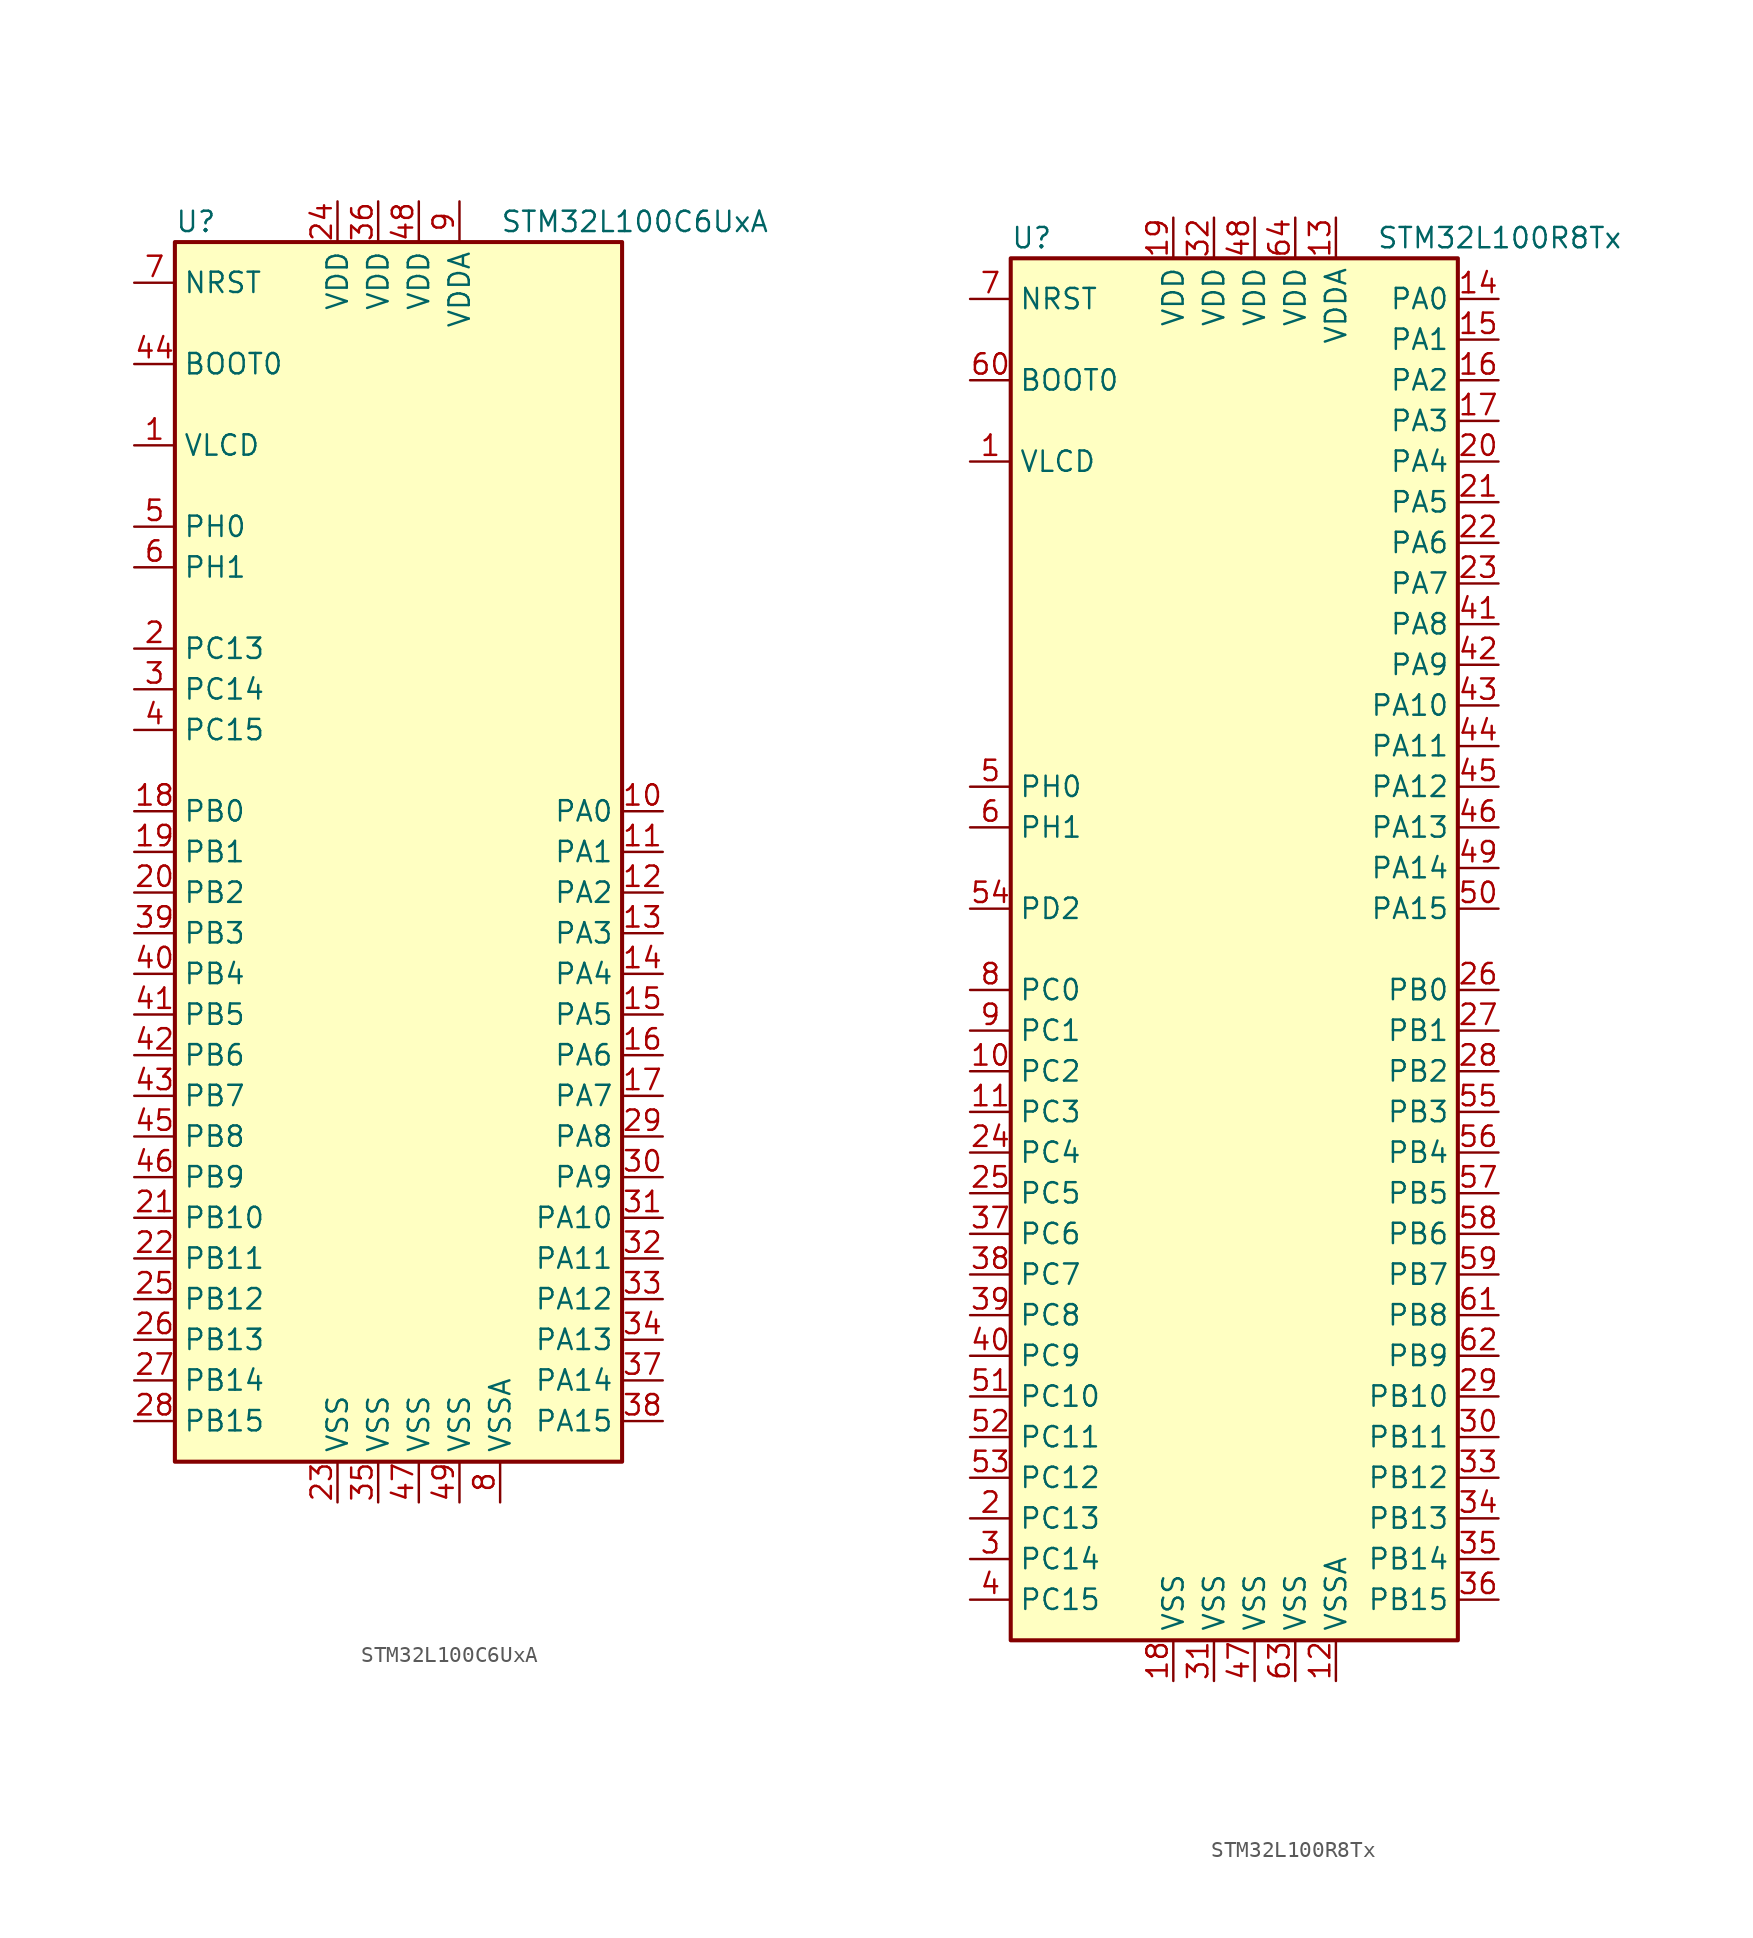
<source format=kicad_sym>
(kicad_symbol_lib
  (version 20201005)
  (generator kicad_symbol_editor)
  (symbol "MCU_ST_STM32L1:STM32L100C6UxA"
    (property "Reference" "U"
      (at -15.24 39.37 0)
      (effects (font (size 1.27 1.27)) (justify left)))
    (property "Value" "STM32L100C6UxA"
      (at 5.08 39.37 0)
      (effects (font (size 1.27 1.27)) (justify left)))
    (symbol "STM32L100C6UxA_0_1"
      (rectangle (start -15.24 -38.1) (end 12.7 38.1) (stroke (width 0.254)) (fill (type background))))
    (symbol "STM32L100C6UxA_1_1"
      (pin input line (at -17.78 30.48 0) (length 2.54) (name "BOOT0" (effects (font (size 1.27 1.27)))) (number "44" (effects (font (size 1.27 1.27)))))
      (pin input line (at -17.78 35.56 0) (length 2.54) (name "NRST" (effects (font (size 1.27 1.27)))) (number "7" (effects (font (size 1.27 1.27)))))
      (pin bidirectional line (at 15.24 2.54 180) (length 2.54) (name "PA0" (effects (font (size 1.27 1.27)))) (number "10" (effects (font (size 1.27 1.27)))))
      (pin bidirectional line (at 15.24 0 180) (length 2.54) (name "PA1" (effects (font (size 1.27 1.27)))) (number "11" (effects (font (size 1.27 1.27)))))
      (pin bidirectional line (at 15.24 -22.86 180) (length 2.54) (name "PA10" (effects (font (size 1.27 1.27)))) (number "31" (effects (font (size 1.27 1.27)))))
      (pin bidirectional line (at 15.24 -25.4 180) (length 2.54) (name "PA11" (effects (font (size 1.27 1.27)))) (number "32" (effects (font (size 1.27 1.27)))))
      (pin bidirectional line (at 15.24 -27.94 180) (length 2.54) (name "PA12" (effects (font (size 1.27 1.27)))) (number "33" (effects (font (size 1.27 1.27)))))
      (pin bidirectional line (at 15.24 -30.48 180) (length 2.54) (name "PA13" (effects (font (size 1.27 1.27)))) (number "34" (effects (font (size 1.27 1.27)))))
      (pin bidirectional line (at 15.24 -33.02 180) (length 2.54) (name "PA14" (effects (font (size 1.27 1.27)))) (number "37" (effects (font (size 1.27 1.27)))))
      (pin bidirectional line (at 15.24 -35.56 180) (length 2.54) (name "PA15" (effects (font (size 1.27 1.27)))) (number "38" (effects (font (size 1.27 1.27)))))
      (pin bidirectional line (at 15.24 -2.54 180) (length 2.54) (name "PA2" (effects (font (size 1.27 1.27)))) (number "12" (effects (font (size 1.27 1.27)))))
      (pin bidirectional line (at 15.24 -5.08 180) (length 2.54) (name "PA3" (effects (font (size 1.27 1.27)))) (number "13" (effects (font (size 1.27 1.27)))))
      (pin bidirectional line (at 15.24 -7.62 180) (length 2.54) (name "PA4" (effects (font (size 1.27 1.27)))) (number "14" (effects (font (size 1.27 1.27)))))
      (pin bidirectional line (at 15.24 -10.16 180) (length 2.54) (name "PA5" (effects (font (size 1.27 1.27)))) (number "15" (effects (font (size 1.27 1.27)))))
      (pin bidirectional line (at 15.24 -12.7 180) (length 2.54) (name "PA6" (effects (font (size 1.27 1.27)))) (number "16" (effects (font (size 1.27 1.27)))))
      (pin bidirectional line (at 15.24 -15.24 180) (length 2.54) (name "PA7" (effects (font (size 1.27 1.27)))) (number "17" (effects (font (size 1.27 1.27)))))
      (pin bidirectional line (at 15.24 -17.78 180) (length 2.54) (name "PA8" (effects (font (size 1.27 1.27)))) (number "29" (effects (font (size 1.27 1.27)))))
      (pin bidirectional line (at 15.24 -20.32 180) (length 2.54) (name "PA9" (effects (font (size 1.27 1.27)))) (number "30" (effects (font (size 1.27 1.27)))))
      (pin bidirectional line (at -17.78 2.54 0) (length 2.54) (name "PB0" (effects (font (size 1.27 1.27)))) (number "18" (effects (font (size 1.27 1.27)))))
      (pin bidirectional line (at -17.78 0 0) (length 2.54) (name "PB1" (effects (font (size 1.27 1.27)))) (number "19" (effects (font (size 1.27 1.27)))))
      (pin bidirectional line (at -17.78 -22.86 0) (length 2.54) (name "PB10" (effects (font (size 1.27 1.27)))) (number "21" (effects (font (size 1.27 1.27)))))
      (pin bidirectional line (at -17.78 -25.4 0) (length 2.54) (name "PB11" (effects (font (size 1.27 1.27)))) (number "22" (effects (font (size 1.27 1.27)))))
      (pin bidirectional line (at -17.78 -27.94 0) (length 2.54) (name "PB12" (effects (font (size 1.27 1.27)))) (number "25" (effects (font (size 1.27 1.27)))))
      (pin bidirectional line (at -17.78 -30.48 0) (length 2.54) (name "PB13" (effects (font (size 1.27 1.27)))) (number "26" (effects (font (size 1.27 1.27)))))
      (pin bidirectional line (at -17.78 -33.02 0) (length 2.54) (name "PB14" (effects (font (size 1.27 1.27)))) (number "27" (effects (font (size 1.27 1.27)))))
      (pin bidirectional line (at -17.78 -35.56 0) (length 2.54) (name "PB15" (effects (font (size 1.27 1.27)))) (number "28" (effects (font (size 1.27 1.27)))))
      (pin bidirectional line (at -17.78 -2.54 0) (length 2.54) (name "PB2" (effects (font (size 1.27 1.27)))) (number "20" (effects (font (size 1.27 1.27)))))
      (pin bidirectional line (at -17.78 -5.08 0) (length 2.54) (name "PB3" (effects (font (size 1.27 1.27)))) (number "39" (effects (font (size 1.27 1.27)))))
      (pin bidirectional line (at -17.78 -7.62 0) (length 2.54) (name "PB4" (effects (font (size 1.27 1.27)))) (number "40" (effects (font (size 1.27 1.27)))))
      (pin bidirectional line (at -17.78 -10.16 0) (length 2.54) (name "PB5" (effects (font (size 1.27 1.27)))) (number "41" (effects (font (size 1.27 1.27)))))
      (pin bidirectional line (at -17.78 -12.7 0) (length 2.54) (name "PB6" (effects (font (size 1.27 1.27)))) (number "42" (effects (font (size 1.27 1.27)))))
      (pin bidirectional line (at -17.78 -15.24 0) (length 2.54) (name "PB7" (effects (font (size 1.27 1.27)))) (number "43" (effects (font (size 1.27 1.27)))))
      (pin bidirectional line (at -17.78 -17.78 0) (length 2.54) (name "PB8" (effects (font (size 1.27 1.27)))) (number "45" (effects (font (size 1.27 1.27)))))
      (pin bidirectional line (at -17.78 -20.32 0) (length 2.54) (name "PB9" (effects (font (size 1.27 1.27)))) (number "46" (effects (font (size 1.27 1.27)))))
      (pin bidirectional line (at -17.78 12.7 0) (length 2.54) (name "PC13" (effects (font (size 1.27 1.27)))) (number "2" (effects (font (size 1.27 1.27)))))
      (pin bidirectional line (at -17.78 10.16 0) (length 2.54) (name "PC14" (effects (font (size 1.27 1.27)))) (number "3" (effects (font (size 1.27 1.27)))))
      (pin bidirectional line (at -17.78 7.62 0) (length 2.54) (name "PC15" (effects (font (size 1.27 1.27)))) (number "4" (effects (font (size 1.27 1.27)))))
      (pin input line (at -17.78 20.32 0) (length 2.54) (name "PH0" (effects (font (size 1.27 1.27)))) (number "5" (effects (font (size 1.27 1.27)))))
      (pin input line (at -17.78 17.78 0) (length 2.54) (name "PH1" (effects (font (size 1.27 1.27)))) (number "6" (effects (font (size 1.27 1.27)))))
      (pin power_in line (at -5.08 40.64 270) (length 2.54) (name "VDD" (effects (font (size 1.27 1.27)))) (number "24" (effects (font (size 1.27 1.27)))))
      (pin power_in line (at -2.54 40.64 270) (length 2.54) (name "VDD" (effects (font (size 1.27 1.27)))) (number "36" (effects (font (size 1.27 1.27)))))
      (pin power_in line (at 0 40.64 270) (length 2.54) (name "VDD" (effects (font (size 1.27 1.27)))) (number "48" (effects (font (size 1.27 1.27)))))
      (pin power_in line (at 2.54 40.64 270) (length 2.54) (name "VDDA" (effects (font (size 1.27 1.27)))) (number "9" (effects (font (size 1.27 1.27)))))
      (pin power_in line (at -17.78 25.4 0) (length 2.54) (name "VLCD" (effects (font (size 1.27 1.27)))) (number "1" (effects (font (size 1.27 1.27)))))
      (pin power_in line (at -5.08 -40.64 90) (length 2.54) (name "VSS" (effects (font (size 1.27 1.27)))) (number "23" (effects (font (size 1.27 1.27)))))
      (pin power_in line (at -2.54 -40.64 90) (length 2.54) (name "VSS" (effects (font (size 1.27 1.27)))) (number "35" (effects (font (size 1.27 1.27)))))
      (pin power_in line (at 0 -40.64 90) (length 2.54) (name "VSS" (effects (font (size 1.27 1.27)))) (number "47" (effects (font (size 1.27 1.27)))))
      (pin power_in line (at 2.54 -40.64 90) (length 2.54) (name "VSS" (effects (font (size 1.27 1.27)))) (number "49" (effects (font (size 1.27 1.27)))))
      (pin power_in line (at 5.08 -40.64 90) (length 2.54) (name "VSSA" (effects (font (size 1.27 1.27)))) (number "8" (effects (font (size 1.27 1.27)))))))
  (symbol "MCU_ST_STM32L1:STM32L100R8Tx"
    (property "Reference" "U"
      (at -15.24 44.45 0)
      (effects (font (size 1.27 1.27)) (justify left)))
    (property "Value" "STM32L100R8Tx"
      (at 7.62 44.45 0)
      (effects (font (size 1.27 1.27)) (justify left)))
    (symbol "STM32L100R8Tx_0_1"
      (rectangle (start -15.24 -43.18) (end 12.7 43.18) (stroke (width 0.254)) (fill (type background))))
    (symbol "STM32L100R8Tx_1_1"
      (pin input line (at -17.78 35.56 0) (length 2.54) (name "BOOT0" (effects (font (size 1.27 1.27)))) (number "60" (effects (font (size 1.27 1.27)))))
      (pin input line (at -17.78 40.64 0) (length 2.54) (name "NRST" (effects (font (size 1.27 1.27)))) (number "7" (effects (font (size 1.27 1.27)))))
      (pin bidirectional line (at 15.24 40.64 180) (length 2.54) (name "PA0" (effects (font (size 1.27 1.27)))) (number "14" (effects (font (size 1.27 1.27)))))
      (pin bidirectional line (at 15.24 38.1 180) (length 2.54) (name "PA1" (effects (font (size 1.27 1.27)))) (number "15" (effects (font (size 1.27 1.27)))))
      (pin bidirectional line (at 15.24 15.24 180) (length 2.54) (name "PA10" (effects (font (size 1.27 1.27)))) (number "43" (effects (font (size 1.27 1.27)))))
      (pin bidirectional line (at 15.24 12.7 180) (length 2.54) (name "PA11" (effects (font (size 1.27 1.27)))) (number "44" (effects (font (size 1.27 1.27)))))
      (pin bidirectional line (at 15.24 10.16 180) (length 2.54) (name "PA12" (effects (font (size 1.27 1.27)))) (number "45" (effects (font (size 1.27 1.27)))))
      (pin bidirectional line (at 15.24 7.62 180) (length 2.54) (name "PA13" (effects (font (size 1.27 1.27)))) (number "46" (effects (font (size 1.27 1.27)))))
      (pin bidirectional line (at 15.24 5.08 180) (length 2.54) (name "PA14" (effects (font (size 1.27 1.27)))) (number "49" (effects (font (size 1.27 1.27)))))
      (pin bidirectional line (at 15.24 2.54 180) (length 2.54) (name "PA15" (effects (font (size 1.27 1.27)))) (number "50" (effects (font (size 1.27 1.27)))))
      (pin bidirectional line (at 15.24 35.56 180) (length 2.54) (name "PA2" (effects (font (size 1.27 1.27)))) (number "16" (effects (font (size 1.27 1.27)))))
      (pin bidirectional line (at 15.24 33.02 180) (length 2.54) (name "PA3" (effects (font (size 1.27 1.27)))) (number "17" (effects (font (size 1.27 1.27)))))
      (pin bidirectional line (at 15.24 30.48 180) (length 2.54) (name "PA4" (effects (font (size 1.27 1.27)))) (number "20" (effects (font (size 1.27 1.27)))))
      (pin bidirectional line (at 15.24 27.94 180) (length 2.54) (name "PA5" (effects (font (size 1.27 1.27)))) (number "21" (effects (font (size 1.27 1.27)))))
      (pin bidirectional line (at 15.24 25.4 180) (length 2.54) (name "PA6" (effects (font (size 1.27 1.27)))) (number "22" (effects (font (size 1.27 1.27)))))
      (pin bidirectional line (at 15.24 22.86 180) (length 2.54) (name "PA7" (effects (font (size 1.27 1.27)))) (number "23" (effects (font (size 1.27 1.27)))))
      (pin bidirectional line (at 15.24 20.32 180) (length 2.54) (name "PA8" (effects (font (size 1.27 1.27)))) (number "41" (effects (font (size 1.27 1.27)))))
      (pin bidirectional line (at 15.24 17.78 180) (length 2.54) (name "PA9" (effects (font (size 1.27 1.27)))) (number "42" (effects (font (size 1.27 1.27)))))
      (pin bidirectional line (at 15.24 -2.54 180) (length 2.54) (name "PB0" (effects (font (size 1.27 1.27)))) (number "26" (effects (font (size 1.27 1.27)))))
      (pin bidirectional line (at 15.24 -5.08 180) (length 2.54) (name "PB1" (effects (font (size 1.27 1.27)))) (number "27" (effects (font (size 1.27 1.27)))))
      (pin bidirectional line (at 15.24 -27.94 180) (length 2.54) (name "PB10" (effects (font (size 1.27 1.27)))) (number "29" (effects (font (size 1.27 1.27)))))
      (pin bidirectional line (at 15.24 -30.48 180) (length 2.54) (name "PB11" (effects (font (size 1.27 1.27)))) (number "30" (effects (font (size 1.27 1.27)))))
      (pin bidirectional line (at 15.24 -33.02 180) (length 2.54) (name "PB12" (effects (font (size 1.27 1.27)))) (number "33" (effects (font (size 1.27 1.27)))))
      (pin bidirectional line (at 15.24 -35.56 180) (length 2.54) (name "PB13" (effects (font (size 1.27 1.27)))) (number "34" (effects (font (size 1.27 1.27)))))
      (pin bidirectional line (at 15.24 -38.1 180) (length 2.54) (name "PB14" (effects (font (size 1.27 1.27)))) (number "35" (effects (font (size 1.27 1.27)))))
      (pin bidirectional line (at 15.24 -40.64 180) (length 2.54) (name "PB15" (effects (font (size 1.27 1.27)))) (number "36" (effects (font (size 1.27 1.27)))))
      (pin bidirectional line (at 15.24 -7.62 180) (length 2.54) (name "PB2" (effects (font (size 1.27 1.27)))) (number "28" (effects (font (size 1.27 1.27)))))
      (pin bidirectional line (at 15.24 -10.16 180) (length 2.54) (name "PB3" (effects (font (size 1.27 1.27)))) (number "55" (effects (font (size 1.27 1.27)))))
      (pin bidirectional line (at 15.24 -12.7 180) (length 2.54) (name "PB4" (effects (font (size 1.27 1.27)))) (number "56" (effects (font (size 1.27 1.27)))))
      (pin bidirectional line (at 15.24 -15.24 180) (length 2.54) (name "PB5" (effects (font (size 1.27 1.27)))) (number "57" (effects (font (size 1.27 1.27)))))
      (pin bidirectional line (at 15.24 -17.78 180) (length 2.54) (name "PB6" (effects (font (size 1.27 1.27)))) (number "58" (effects (font (size 1.27 1.27)))))
      (pin bidirectional line (at 15.24 -20.32 180) (length 2.54) (name "PB7" (effects (font (size 1.27 1.27)))) (number "59" (effects (font (size 1.27 1.27)))))
      (pin bidirectional line (at 15.24 -22.86 180) (length 2.54) (name "PB8" (effects (font (size 1.27 1.27)))) (number "61" (effects (font (size 1.27 1.27)))))
      (pin bidirectional line (at 15.24 -25.4 180) (length 2.54) (name "PB9" (effects (font (size 1.27 1.27)))) (number "62" (effects (font (size 1.27 1.27)))))
      (pin bidirectional line (at -17.78 -2.54 0) (length 2.54) (name "PC0" (effects (font (size 1.27 1.27)))) (number "8" (effects (font (size 1.27 1.27)))))
      (pin bidirectional line (at -17.78 -5.08 0) (length 2.54) (name "PC1" (effects (font (size 1.27 1.27)))) (number "9" (effects (font (size 1.27 1.27)))))
      (pin bidirectional line (at -17.78 -27.94 0) (length 2.54) (name "PC10" (effects (font (size 1.27 1.27)))) (number "51" (effects (font (size 1.27 1.27)))))
      (pin bidirectional line (at -17.78 -30.48 0) (length 2.54) (name "PC11" (effects (font (size 1.27 1.27)))) (number "52" (effects (font (size 1.27 1.27)))))
      (pin bidirectional line (at -17.78 -33.02 0) (length 2.54) (name "PC12" (effects (font (size 1.27 1.27)))) (number "53" (effects (font (size 1.27 1.27)))))
      (pin bidirectional line (at -17.78 -35.56 0) (length 2.54) (name "PC13" (effects (font (size 1.27 1.27)))) (number "2" (effects (font (size 1.27 1.27)))))
      (pin bidirectional line (at -17.78 -38.1 0) (length 2.54) (name "PC14" (effects (font (size 1.27 1.27)))) (number "3" (effects (font (size 1.27 1.27)))))
      (pin bidirectional line (at -17.78 -40.64 0) (length 2.54) (name "PC15" (effects (font (size 1.27 1.27)))) (number "4" (effects (font (size 1.27 1.27)))))
      (pin bidirectional line (at -17.78 -7.62 0) (length 2.54) (name "PC2" (effects (font (size 1.27 1.27)))) (number "10" (effects (font (size 1.27 1.27)))))
      (pin bidirectional line (at -17.78 -10.16 0) (length 2.54) (name "PC3" (effects (font (size 1.27 1.27)))) (number "11" (effects (font (size 1.27 1.27)))))
      (pin bidirectional line (at -17.78 -12.7 0) (length 2.54) (name "PC4" (effects (font (size 1.27 1.27)))) (number "24" (effects (font (size 1.27 1.27)))))
      (pin bidirectional line (at -17.78 -15.24 0) (length 2.54) (name "PC5" (effects (font (size 1.27 1.27)))) (number "25" (effects (font (size 1.27 1.27)))))
      (pin bidirectional line (at -17.78 -17.78 0) (length 2.54) (name "PC6" (effects (font (size 1.27 1.27)))) (number "37" (effects (font (size 1.27 1.27)))))
      (pin bidirectional line (at -17.78 -20.32 0) (length 2.54) (name "PC7" (effects (font (size 1.27 1.27)))) (number "38" (effects (font (size 1.27 1.27)))))
      (pin bidirectional line (at -17.78 -22.86 0) (length 2.54) (name "PC8" (effects (font (size 1.27 1.27)))) (number "39" (effects (font (size 1.27 1.27)))))
      (pin bidirectional line (at -17.78 -25.4 0) (length 2.54) (name "PC9" (effects (font (size 1.27 1.27)))) (number "40" (effects (font (size 1.27 1.27)))))
      (pin bidirectional line (at -17.78 2.54 0) (length 2.54) (name "PD2" (effects (font (size 1.27 1.27)))) (number "54" (effects (font (size 1.27 1.27)))))
      (pin input line (at -17.78 10.16 0) (length 2.54) (name "PH0" (effects (font (size 1.27 1.27)))) (number "5" (effects (font (size 1.27 1.27)))))
      (pin input line (at -17.78 7.62 0) (length 2.54) (name "PH1" (effects (font (size 1.27 1.27)))) (number "6" (effects (font (size 1.27 1.27)))))
      (pin power_in line (at -5.08 45.72 270) (length 2.54) (name "VDD" (effects (font (size 1.27 1.27)))) (number "19" (effects (font (size 1.27 1.27)))))
      (pin power_in line (at -2.54 45.72 270) (length 2.54) (name "VDD" (effects (font (size 1.27 1.27)))) (number "32" (effects (font (size 1.27 1.27)))))
      (pin power_in line (at 0 45.72 270) (length 2.54) (name "VDD" (effects (font (size 1.27 1.27)))) (number "48" (effects (font (size 1.27 1.27)))))
      (pin power_in line (at 2.54 45.72 270) (length 2.54) (name "VDD" (effects (font (size 1.27 1.27)))) (number "64" (effects (font (size 1.27 1.27)))))
      (pin power_in line (at 5.08 45.72 270) (length 2.54) (name "VDDA" (effects (font (size 1.27 1.27)))) (number "13" (effects (font (size 1.27 1.27)))))
      (pin power_in line (at -17.78 30.48 0) (length 2.54) (name "VLCD" (effects (font (size 1.27 1.27)))) (number "1" (effects (font (size 1.27 1.27)))))
      (pin power_in line (at -5.08 -45.72 90) (length 2.54) (name "VSS" (effects (font (size 1.27 1.27)))) (number "18" (effects (font (size 1.27 1.27)))))
      (pin power_in line (at -2.54 -45.72 90) (length 2.54) (name "VSS" (effects (font (size 1.27 1.27)))) (number "31" (effects (font (size 1.27 1.27)))))
      (pin power_in line (at 0 -45.72 90) (length 2.54) (name "VSS" (effects (font (size 1.27 1.27)))) (number "47" (effects (font (size 1.27 1.27)))))
      (pin power_in line (at 2.54 -45.72 90) (length 2.54) (name "VSS" (effects (font (size 1.27 1.27)))) (number "63" (effects (font (size 1.27 1.27)))))
      (pin power_in line (at 5.08 -45.72 90) (length 2.54) (name "VSSA" (effects (font (size 1.27 1.27)))) (number "12" (effects (font (size 1.27 1.27))))))))
</source>
